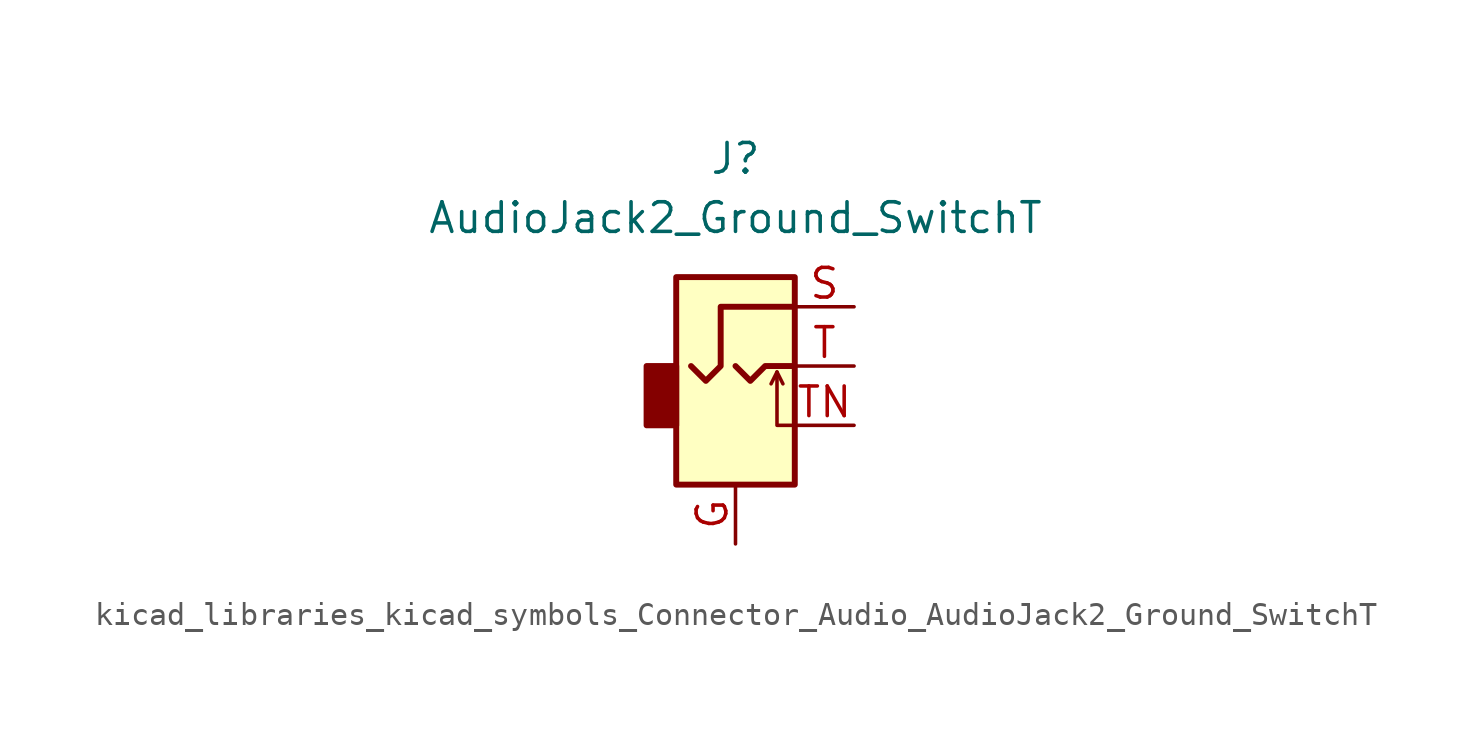
<source format=kicad_sym>
(kicad_symbol_lib
  (version 20220914)
  (generator kicad_symbol_editor)
  (symbol "kicad_libraries_kicad_symbols_Connector_Audio_AudioJack2_Ground_SwitchT"
    (property "Reference" "J"
      (at 0 8.89 0)
      (effects (font (size 1.27 1.27))))
    (property "Value" "AudioJack2_Ground_SwitchT"
      (at 0 6.35 0)
      (effects (font (size 1.27 1.27))))
    (symbol "kicad_libraries_kicad_symbols_Connector_Audio_AudioJack2_Ground_SwitchT_0_1"
      (rectangle (start -2.54 0) (end -3.81 -2.54) (stroke (width 0.254) (type default)) (fill (type outline)))
      (polyline (pts (xy 1.778 -0.254) (xy 2.032 -0.762)) (stroke (width 0) (type default)) (fill (type none)))
      (polyline (pts (xy 0 0) (xy 0.635 -0.635) (xy 1.27 0) (xy 2.54 0)) (stroke (width 0.254) (type default)) (fill (type none)))
      (polyline (pts (xy 2.54 -2.54) (xy 1.778 -2.54) (xy 1.778 -0.254) (xy 1.524 -0.762)) (stroke (width 0) (type default)) (fill (type none)))
      (polyline (pts (xy 2.54 2.54) (xy -0.635 2.54) (xy -0.635 0) (xy -1.27 -0.635) (xy -1.905 0)) (stroke (width 0.254) (type default)) (fill (type none)))
      (rectangle (start 2.54 3.81) (end -2.54 -5.08) (stroke (width 0.254) (type default)) (fill (type background))))
    (symbol "kicad_libraries_kicad_symbols_Connector_Audio_AudioJack2_Ground_SwitchT_1_1"
      (pin passive line (at 0 -7.62 90) (length 2.54) (name "~" (effects (font (size 1.27 1.27)))) (number "G" (effects (font (size 1.27 1.27)))))
      (pin passive line (at 5.08 2.54 180) (length 2.54) (name "~" (effects (font (size 1.27 1.27)))) (number "S" (effects (font (size 1.27 1.27)))))
      (pin passive line (at 5.08 0 180) (length 2.54) (name "~" (effects (font (size 1.27 1.27)))) (number "T" (effects (font (size 1.27 1.27)))))
      (pin passive line (at 5.08 -2.54 180) (length 2.54) (name "~" (effects (font (size 1.27 1.27)))) (number "TN" (effects (font (size 1.27 1.27))))))))
</source>
